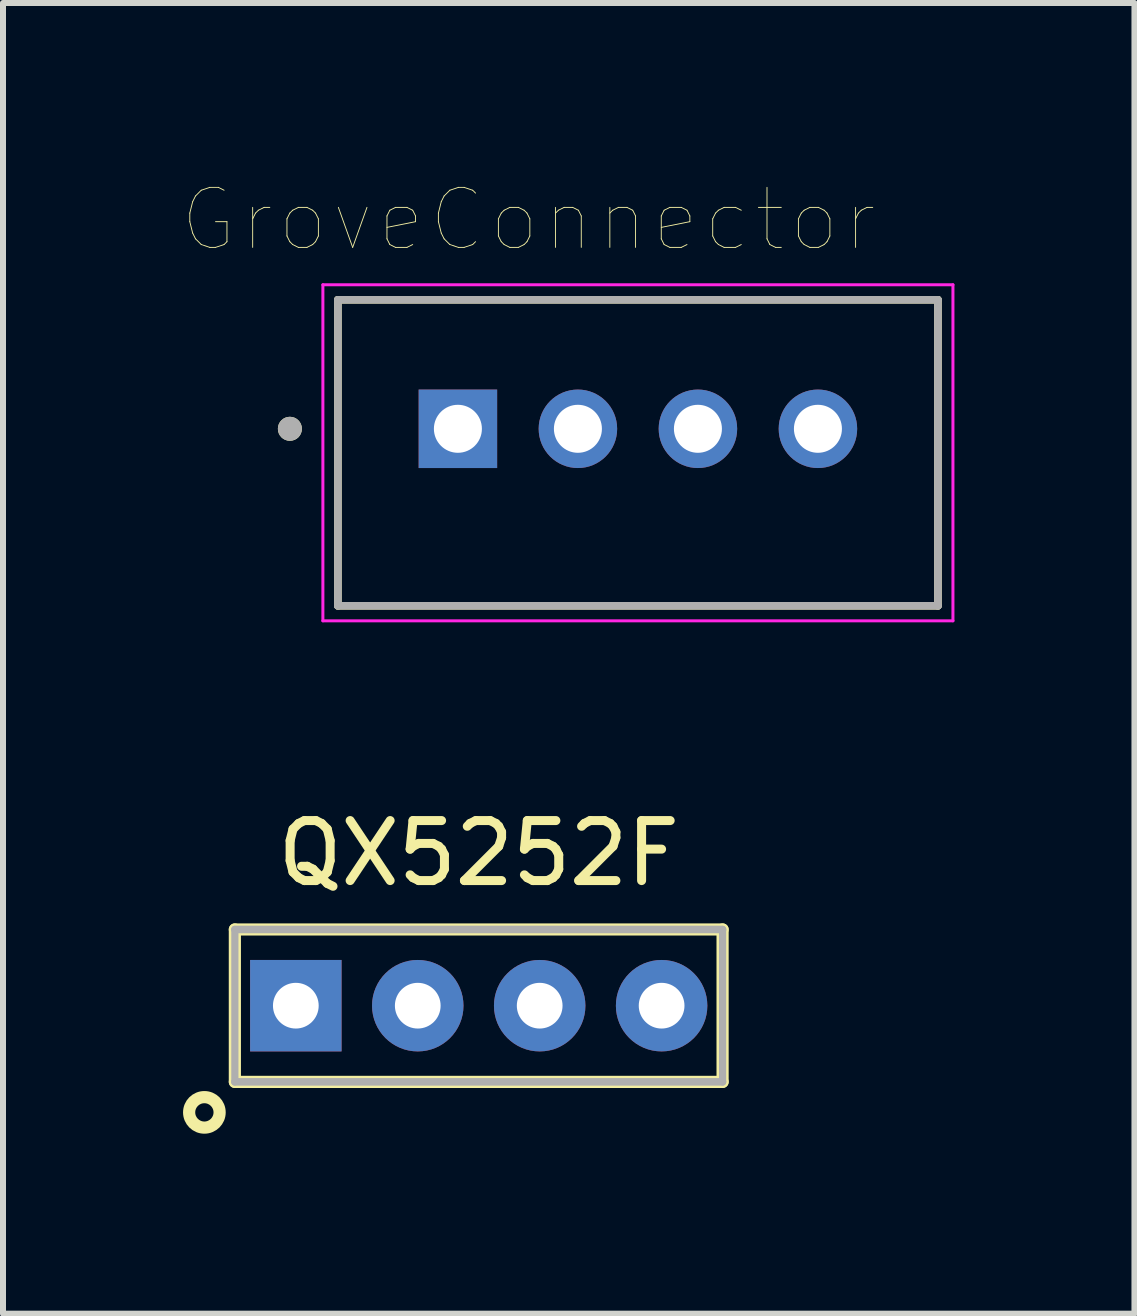
<source format=kicad_pcb>
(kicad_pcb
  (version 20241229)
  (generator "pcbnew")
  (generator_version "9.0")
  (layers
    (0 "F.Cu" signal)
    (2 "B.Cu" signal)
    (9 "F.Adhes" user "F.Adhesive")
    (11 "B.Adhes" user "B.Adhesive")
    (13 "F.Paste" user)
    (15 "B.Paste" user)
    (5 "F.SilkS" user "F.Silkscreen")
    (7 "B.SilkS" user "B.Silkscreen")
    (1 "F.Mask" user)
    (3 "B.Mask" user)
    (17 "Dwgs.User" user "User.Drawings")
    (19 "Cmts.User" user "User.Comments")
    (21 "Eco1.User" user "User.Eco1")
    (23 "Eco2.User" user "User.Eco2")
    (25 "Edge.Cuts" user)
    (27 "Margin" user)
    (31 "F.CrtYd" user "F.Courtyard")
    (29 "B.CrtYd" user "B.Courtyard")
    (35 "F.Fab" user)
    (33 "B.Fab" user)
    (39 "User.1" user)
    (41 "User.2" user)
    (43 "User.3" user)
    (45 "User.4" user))
  (footprint "GroveConnector"
    (layer "F.Cu")
    (at 7.581 4.096)
    (property "Reference" "GroveConnector" (at -1.825 -3.485 0) (layer "F.SilkS") (effects (font (size 1 1) (thickness 0.015))))
    (attr through_hole)
    (fp_line (start -5 -2.15) (end 5 -2.15) (stroke (width 0.127) (type solid)) (layer "F.SilkS"))
    (fp_line (start -5 2.95) (end -5 -2.15) (stroke (width 0.127) (type solid)) (layer "F.SilkS"))
    (fp_line (start 5 -2.15) (end 5 2.95) (stroke (width 0.127) (type solid)) (layer "F.SilkS"))
    (fp_line (start 5 2.95) (end -5 2.95) (stroke (width 0.127) (type solid)) (layer "F.SilkS"))
    (fp_circle (center -5.8 0) (end -5.7 0) (stroke (width 0.2) (type solid)) (fill no) (layer "F.SilkS"))
    (fp_line (start -5.25 -2.4) (end 5.25 -2.4) (stroke (width 0.05) (type solid)) (layer "F.CrtYd"))
    (fp_line (start -5.25 3.2) (end -5.25 -2.4) (stroke (width 0.05) (type solid)) (layer "F.CrtYd"))
    (fp_line (start 5.25 -2.4) (end 5.25 3.2) (stroke (width 0.05) (type solid)) (layer "F.CrtYd"))
    (fp_line (start 5.25 3.2) (end -5.25 3.2) (stroke (width 0.05) (type solid)) (layer "F.CrtYd"))
    (fp_line (start -5 -2.15) (end 5 -2.15) (stroke (width 0.127) (type solid)) (layer "F.Fab"))
    (fp_line (start -5 2.95) (end -5 -2.15) (stroke (width 0.127) (type solid)) (layer "F.Fab"))
    (fp_line (start 5 -2.15) (end 5 2.95) (stroke (width 0.127) (type solid)) (layer "F.Fab"))
    (fp_line (start 5 2.95) (end -5 2.95) (stroke (width 0.127) (type solid)) (layer "F.Fab"))
    (fp_circle (center -5.8 0) (end -5.7 0) (stroke (width 0.2) (type solid)) (fill no) (layer "F.Fab"))
    (pad "1" thru_hole rect (at -3 0) (size 1.308 1.308) (drill 0.8) (layers "*.Cu" "*.Mask"))
    (pad "2" thru_hole circle (at -1 0) (size 1.308 1.308) (drill 0.8) (layers "*.Cu" "*.Mask"))
    (pad "3" thru_hole circle (at 1 0) (size 1.308 1.308) (drill 0.8) (layers "*.Cu" "*.Mask"))
    (pad "4" thru_hole circle (at 3 0) (size 1.308 1.308) (drill 0.8) (layers "*.Cu" "*.Mask")))
  (footprint "QX5252F"
    (layer "F.Cu")
    (at 4.928 13.71)
    (property "Reference" "QX5252F" (at 0 -2.54 0) (layer "F.SilkS") (effects (font (size 1 1) (thickness 0.15))))
    (attr through_hole)
    (fp_line (start -4.064 -1.27) (end 4.064 -1.27) (stroke (width 0.203) (type solid)) (layer "F.SilkS"))
    (fp_line (start -4.064 1.27) (end -4.064 -1.27) (stroke (width 0.203) (type solid)) (layer "F.SilkS"))
    (fp_line (start 4.064 -1.27) (end 4.064 1.27) (stroke (width 0.203) (type solid)) (layer "F.SilkS"))
    (fp_line (start 4.064 1.27) (end -4.064 1.27) (stroke (width 0.203) (type solid)) (layer "F.SilkS"))
    (fp_circle (center -4.572 1.778) (end -4.318 1.778) (stroke (width 0.203) (type solid)) (fill no) (layer "F.SilkS"))
    (fp_line (start -4.064 -1.27) (end 4.064 -1.27) (stroke (width 0.127) (type solid)) (layer "F.Fab"))
    (fp_line (start -4.064 1.27) (end -4.064 -1.27) (stroke (width 0.12) (type solid)) (layer "F.Fab"))
    (fp_line (start 4.064 -1.27) (end 4.064 1.27) (stroke (width 0.12) (type solid)) (layer "F.Fab"))
    (fp_line (start 4.064 1.27) (end -4.064 1.27) (stroke (width 0.127) (type solid)) (layer "F.Fab"))
    (pad "1" thru_hole rect (at -3.048 0) (size 1.524 1.524) (drill 0.762) (layers "*.Cu" "*.Mask"))
    (pad "2" thru_hole circle (at -1.016 0) (size 1.524 1.524) (drill 0.762) (layers "*.Cu" "*.Mask"))
    (pad "3" thru_hole circle (at 1.016 0) (size 1.524 1.524) (drill 0.762) (layers "*.Cu" "*.Mask"))
    (pad "4" thru_hole circle (at 3.048 0) (size 1.524 1.524) (drill 0.762) (layers "*.Cu" "*.Mask")))
  (gr_rect
    (start -3 -3)
    (end 15.856 18.843)
    (stroke (width 0.1) (type default))
    (fill no)
    (layer "Edge.Cuts")))
</source>
